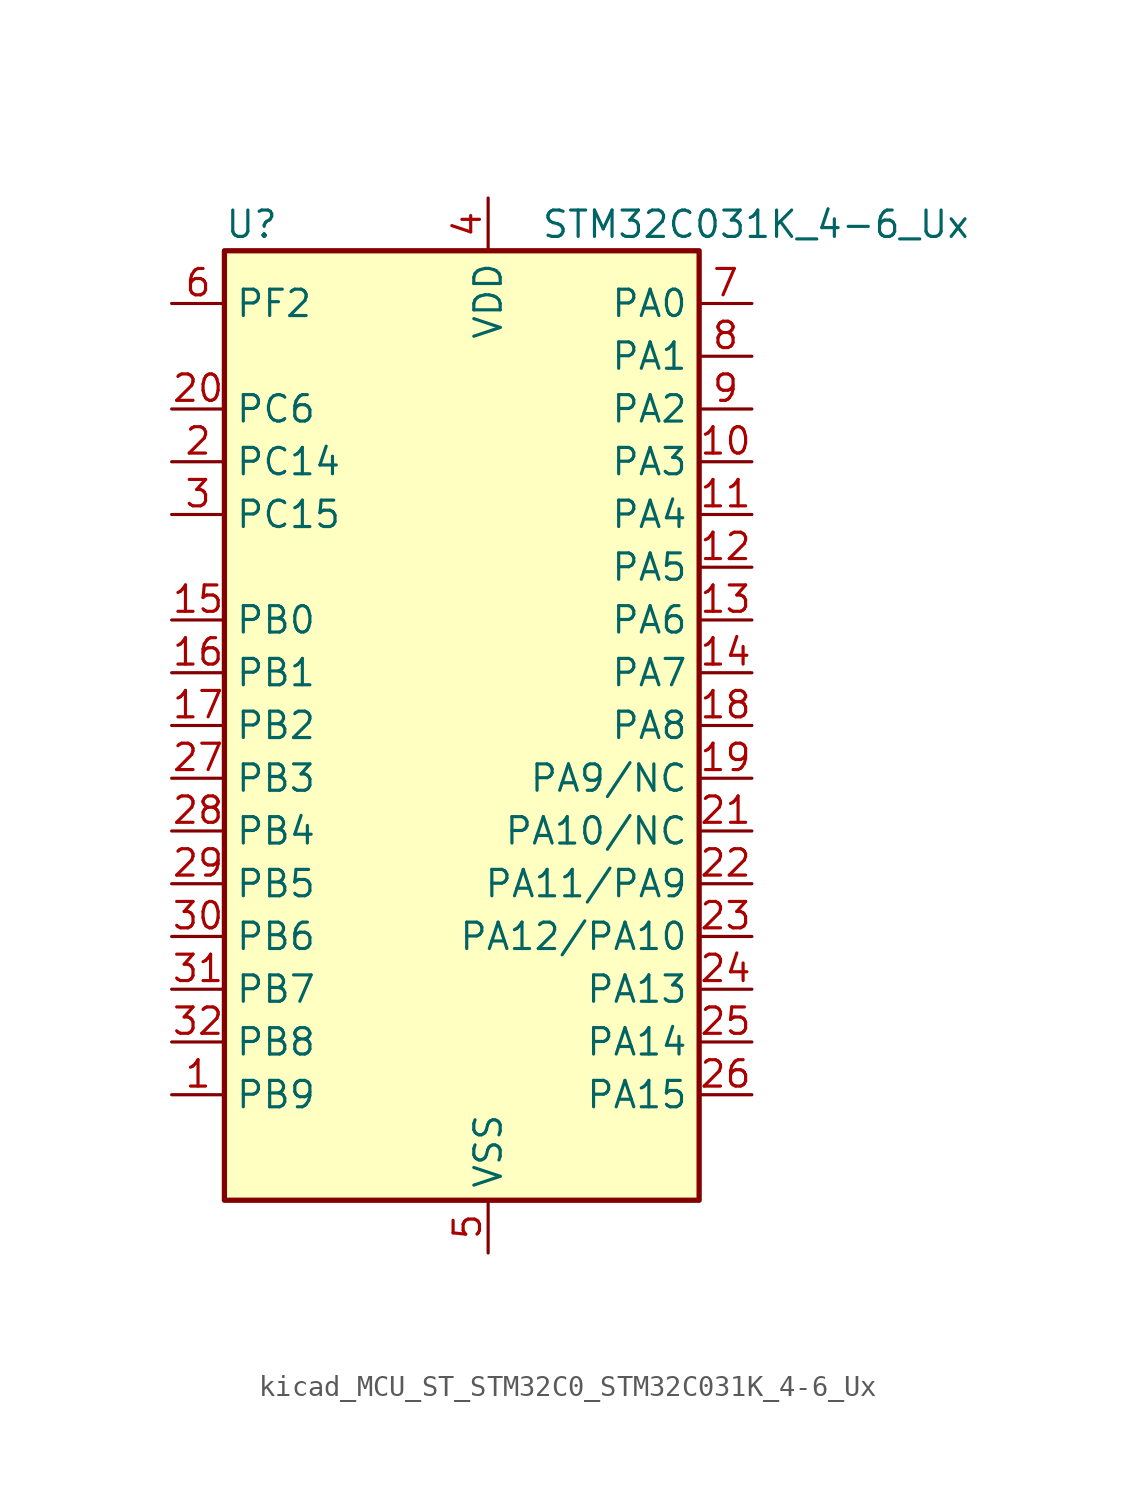
<source format=kicad_sym>
(kicad_symbol_lib
  (version 20220914)
  (generator kicad_symbol_editor)
  (symbol "kicad_MCU_ST_STM32C0_STM32C031K_4-6_Ux"
    (property "Reference" "U"
      (at -10.16 24.13 0)
      (effects (font (size 1.27 1.27)) (justify left)))
    (property "Value" "STM32C031K_4-6_Ux"
      (at 5.08 24.13 0)
      (effects (font (size 1.27 1.27)) (justify left)))
    (property "ki_locked" ""
      (at 0 0 0)
      (effects (font (size 1.27 1.27))))
    (symbol "kicad_MCU_ST_STM32C0_STM32C031K_4-6_Ux_0_1"
      (rectangle (start -10.16 -22.86) (end 12.7 22.86) (stroke (width 0.254) (type default)) (fill (type background))))
    (symbol "kicad_MCU_ST_STM32C0_STM32C031K_4-6_Ux_1_1"
      (pin bidirectional line (at -12.7 -17.78 0) (length 2.54) (name "PB9" (effects (font (size 1.27 1.27)))) (number "1" (effects (font (size 1.27 1.27)))) (alternate "I2C1_SDA" bidirectional line) (alternate "IR_OUT" bidirectional line) (alternate "TIM17_CH1" bidirectional line) (alternate "TIM3_CH2" bidirectional line) (alternate "USART2_CK" bidirectional line) (alternate "USART2_DE" bidirectional line) (alternate "USART2_RTS" bidirectional line))
      (pin bidirectional line (at 15.24 12.7 180) (length 2.54) (name "PA3" (effects (font (size 1.27 1.27)))) (number "10" (effects (font (size 1.27 1.27)))) (alternate "ADC1_IN3" bidirectional line) (alternate "TIM1_CH1N" bidirectional line) (alternate "TIM1_CH4" bidirectional line) (alternate "USART2_RX" bidirectional line))
      (pin bidirectional line (at 15.24 10.16 180) (length 2.54) (name "PA4" (effects (font (size 1.27 1.27)))) (number "11" (effects (font (size 1.27 1.27)))) (alternate "ADC1_IN4" bidirectional line) (alternate "I2S1_WS" bidirectional line) (alternate "PWR_WKUP2" bidirectional line) (alternate "RTC_OUT1" bidirectional line) (alternate "RTC_TS" bidirectional line) (alternate "SPI1_NSS" bidirectional line) (alternate "TIM14_CH1" bidirectional line) (alternate "TIM17_CH1N" bidirectional line) (alternate "TIM1_CH2N" bidirectional line) (alternate "USART2_TX" bidirectional line))
      (pin bidirectional line (at 15.24 7.62 180) (length 2.54) (name "PA5" (effects (font (size 1.27 1.27)))) (number "12" (effects (font (size 1.27 1.27)))) (alternate "ADC1_IN5" bidirectional line) (alternate "I2S1_CK" bidirectional line) (alternate "SPI1_SCK" bidirectional line) (alternate "TIM1_CH1" bidirectional line) (alternate "TIM1_CH3N" bidirectional line) (alternate "USART2_RX" bidirectional line))
      (pin bidirectional line (at 15.24 5.08 180) (length 2.54) (name "PA6" (effects (font (size 1.27 1.27)))) (number "13" (effects (font (size 1.27 1.27)))) (alternate "ADC1_IN6" bidirectional line) (alternate "I2S1_MCK" bidirectional line) (alternate "SPI1_MISO" bidirectional line) (alternate "TIM16_CH1" bidirectional line) (alternate "TIM1_BKIN" bidirectional line) (alternate "TIM3_CH1" bidirectional line))
      (pin bidirectional line (at 15.24 2.54 180) (length 2.54) (name "PA7" (effects (font (size 1.27 1.27)))) (number "14" (effects (font (size 1.27 1.27)))) (alternate "ADC1_IN7" bidirectional line) (alternate "I2S1_SD" bidirectional line) (alternate "SPI1_MOSI" bidirectional line) (alternate "TIM14_CH1" bidirectional line) (alternate "TIM17_CH1" bidirectional line) (alternate "TIM1_CH1N" bidirectional line) (alternate "TIM3_CH2" bidirectional line))
      (pin bidirectional line (at -12.7 5.08 0) (length 2.54) (name "PB0" (effects (font (size 1.27 1.27)))) (number "15" (effects (font (size 1.27 1.27)))) (alternate "ADC1_IN17" bidirectional line) (alternate "I2S1_WS" bidirectional line) (alternate "SPI1_NSS" bidirectional line) (alternate "TIM1_CH2N" bidirectional line) (alternate "TIM3_CH3" bidirectional line))
      (pin bidirectional line (at -12.7 2.54 0) (length 2.54) (name "PB1" (effects (font (size 1.27 1.27)))) (number "16" (effects (font (size 1.27 1.27)))) (alternate "ADC1_IN18" bidirectional line) (alternate "TIM14_CH1" bidirectional line) (alternate "TIM1_CH2N" bidirectional line) (alternate "TIM1_CH3N" bidirectional line) (alternate "TIM3_CH4" bidirectional line))
      (pin bidirectional line (at -12.7 0 0) (length 2.54) (name "PB2" (effects (font (size 1.27 1.27)))) (number "17" (effects (font (size 1.27 1.27)))) (alternate "ADC1_IN19" bidirectional line) (alternate "RCC_MCO_2" bidirectional line) (alternate "USART1_RX" bidirectional line))
      (pin bidirectional line (at 15.24 0 180) (length 2.54) (name "PA8" (effects (font (size 1.27 1.27)))) (number "18" (effects (font (size 1.27 1.27)))) (alternate "ADC1_IN8" bidirectional line) (alternate "I2S1_WS" bidirectional line) (alternate "RCC_MCO" bidirectional line) (alternate "RCC_MCO_2" bidirectional line) (alternate "SPI1_NSS" bidirectional line) (alternate "TIM14_CH1" bidirectional line) (alternate "TIM1_CH1" bidirectional line) (alternate "TIM1_CH2N" bidirectional line) (alternate "TIM1_CH3N" bidirectional line) (alternate "TIM3_CH3" bidirectional line) (alternate "TIM3_CH4" bidirectional line) (alternate "USART1_RX" bidirectional line) (alternate "USART2_TX" bidirectional line))
      (pin bidirectional line (at 15.24 -2.54 180) (length 2.54) (name "PA9/NC" (effects (font (size 1.27 1.27)))) (number "19" (effects (font (size 1.27 1.27)))) (alternate "I2C1_SCL" bidirectional line) (alternate "RCC_MCO" bidirectional line) (alternate "TIM1_CH2" bidirectional line) (alternate "TIM3_ETR" bidirectional line) (alternate "USART1_TX" bidirectional line))
      (pin bidirectional line (at -12.7 12.7 0) (length 2.54) (name "PC14" (effects (font (size 1.27 1.27)))) (number "2" (effects (font (size 1.27 1.27)))) (alternate "I2C1_SDA" bidirectional line) (alternate "IR_OUT" bidirectional line) (alternate "RCC_OSCX_IN" bidirectional line) (alternate "TIM17_CH1" bidirectional line) (alternate "TIM1_BKIN2" bidirectional line) (alternate "TIM1_ETR" bidirectional line) (alternate "TIM3_CH2" bidirectional line) (alternate "USART1_TX" bidirectional line) (alternate "USART2_CK" bidirectional line) (alternate "USART2_DE" bidirectional line) (alternate "USART2_RTS" bidirectional line))
      (pin bidirectional line (at -12.7 15.24 0) (length 2.54) (name "PC6" (effects (font (size 1.27 1.27)))) (number "20" (effects (font (size 1.27 1.27)))) (alternate "TIM3_CH1" bidirectional line))
      (pin bidirectional line (at 15.24 -5.08 180) (length 2.54) (name "PA10/NC" (effects (font (size 1.27 1.27)))) (number "21" (effects (font (size 1.27 1.27)))) (alternate "I2C1_SDA" bidirectional line) (alternate "RCC_MCO_2" bidirectional line) (alternate "TIM17_BKIN" bidirectional line) (alternate "TIM1_CH3" bidirectional line) (alternate "USART1_RX" bidirectional line))
      (pin bidirectional line (at 15.24 -7.62 180) (length 2.54) (name "PA11/PA9" (effects (font (size 1.27 1.27)))) (number "22" (effects (font (size 1.27 1.27)))) (alternate "ADC1_EXTI11" bidirectional line) (alternate "ADC1_IN11" bidirectional line) (alternate "I2S1_MCK" bidirectional line) (alternate "SPI1_MISO" bidirectional line) (alternate "TIM1_BKIN2" bidirectional line) (alternate "TIM1_CH4" bidirectional line) (alternate "USART1_CTS" bidirectional line) (alternate "USART1_NSS" bidirectional line))
      (pin bidirectional line (at 15.24 -10.16 180) (length 2.54) (name "PA12/PA10" (effects (font (size 1.27 1.27)))) (number "23" (effects (font (size 1.27 1.27)))) (alternate "ADC1_IN12" bidirectional line) (alternate "I2S1_SD" bidirectional line) (alternate "I2S_CKIN" bidirectional line) (alternate "SPI1_MOSI" bidirectional line) (alternate "TIM1_ETR" bidirectional line) (alternate "USART1_CK" bidirectional line) (alternate "USART1_DE" bidirectional line) (alternate "USART1_RTS" bidirectional line))
      (pin bidirectional line (at 15.24 -12.7 180) (length 2.54) (name "PA13" (effects (font (size 1.27 1.27)))) (number "24" (effects (font (size 1.27 1.27)))) (alternate "ADC1_IN13" bidirectional line) (alternate "DEBUG_SWDIO" bidirectional line) (alternate "IR_OUT" bidirectional line) (alternate "TIM3_ETR" bidirectional line) (alternate "USART2_RX" bidirectional line))
      (pin bidirectional line (at 15.24 -15.24 180) (length 2.54) (name "PA14" (effects (font (size 1.27 1.27)))) (number "25" (effects (font (size 1.27 1.27)))) (alternate "ADC1_IN14" bidirectional line) (alternate "DEBUG_SWCLK" bidirectional line) (alternate "I2S1_WS" bidirectional line) (alternate "RCC_MCO_2" bidirectional line) (alternate "SPI1_NSS" bidirectional line) (alternate "TIM1_CH1" bidirectional line) (alternate "USART1_CK" bidirectional line) (alternate "USART1_DE" bidirectional line) (alternate "USART1_RTS" bidirectional line) (alternate "USART2_RX" bidirectional line) (alternate "USART2_TX" bidirectional line))
      (pin bidirectional line (at 15.24 -17.78 180) (length 2.54) (name "PA15" (effects (font (size 1.27 1.27)))) (number "26" (effects (font (size 1.27 1.27)))) (alternate "I2S1_WS" bidirectional line) (alternate "RCC_MCO_2" bidirectional line) (alternate "SPI1_NSS" bidirectional line) (alternate "TIM1_CH1" bidirectional line) (alternate "USART1_CK" bidirectional line) (alternate "USART1_DE" bidirectional line) (alternate "USART1_RTS" bidirectional line) (alternate "USART2_RX" bidirectional line))
      (pin bidirectional line (at -12.7 -2.54 0) (length 2.54) (name "PB3" (effects (font (size 1.27 1.27)))) (number "27" (effects (font (size 1.27 1.27)))) (alternate "I2S1_CK" bidirectional line) (alternate "SPI1_SCK" bidirectional line) (alternate "TIM1_CH2" bidirectional line) (alternate "TIM3_CH2" bidirectional line) (alternate "USART1_CK" bidirectional line) (alternate "USART1_DE" bidirectional line) (alternate "USART1_RTS" bidirectional line))
      (pin bidirectional line (at -12.7 -5.08 0) (length 2.54) (name "PB4" (effects (font (size 1.27 1.27)))) (number "28" (effects (font (size 1.27 1.27)))) (alternate "I2S1_MCK" bidirectional line) (alternate "SPI1_MISO" bidirectional line) (alternate "TIM17_BKIN" bidirectional line) (alternate "TIM3_CH1" bidirectional line) (alternate "USART1_CTS" bidirectional line) (alternate "USART1_NSS" bidirectional line))
      (pin bidirectional line (at -12.7 -7.62 0) (length 2.54) (name "PB5" (effects (font (size 1.27 1.27)))) (number "29" (effects (font (size 1.27 1.27)))) (alternate "I2C1_SMBA" bidirectional line) (alternate "I2S1_SD" bidirectional line) (alternate "PWR_WKUP6" bidirectional line) (alternate "SPI1_MOSI" bidirectional line) (alternate "TIM16_BKIN" bidirectional line) (alternate "TIM3_CH2" bidirectional line) (alternate "TIM3_CH3" bidirectional line))
      (pin bidirectional line (at -12.7 10.16 0) (length 2.54) (name "PC15" (effects (font (size 1.27 1.27)))) (number "3" (effects (font (size 1.27 1.27)))) (alternate "RCC_OSC32_EN" bidirectional line) (alternate "RCC_OSCX_OUT" bidirectional line) (alternate "RCC_OSC_EN" bidirectional line) (alternate "TIM1_ETR" bidirectional line) (alternate "TIM3_CH3" bidirectional line))
      (pin bidirectional line (at -12.7 -10.16 0) (length 2.54) (name "PB6" (effects (font (size 1.27 1.27)))) (number "30" (effects (font (size 1.27 1.27)))) (alternate "I2C1_SCL" bidirectional line) (alternate "I2C1_SMBA" bidirectional line) (alternate "I2S1_CK" bidirectional line) (alternate "I2S1_MCK" bidirectional line) (alternate "I2S1_SD" bidirectional line) (alternate "PWR_WKUP3" bidirectional line) (alternate "SPI1_MISO" bidirectional line) (alternate "SPI1_MOSI" bidirectional line) (alternate "SPI1_SCK" bidirectional line) (alternate "TIM16_BKIN" bidirectional line) (alternate "TIM16_CH1N" bidirectional line) (alternate "TIM17_BKIN" bidirectional line) (alternate "TIM1_CH2" bidirectional line) (alternate "TIM1_CH3" bidirectional line) (alternate "TIM3_CH1" bidirectional line) (alternate "TIM3_CH2" bidirectional line) (alternate "TIM3_CH3" bidirectional line) (alternate "USART1_CK" bidirectional line) (alternate "USART1_CTS" bidirectional line) (alternate "USART1_DE" bidirectional line) (alternate "USART1_NSS" bidirectional line) (alternate "USART1_RTS" bidirectional line) (alternate "USART1_TX" bidirectional line))
      (pin bidirectional line (at -12.7 -12.7 0) (length 2.54) (name "PB7" (effects (font (size 1.27 1.27)))) (number "31" (effects (font (size 1.27 1.27)))) (alternate "I2C1_SCL" bidirectional line) (alternate "I2C1_SDA" bidirectional line) (alternate "RTC_REFIN" bidirectional line) (alternate "TIM16_CH1" bidirectional line) (alternate "TIM17_CH1N" bidirectional line) (alternate "TIM1_CH4" bidirectional line) (alternate "TIM3_CH1" bidirectional line) (alternate "TIM3_CH4" bidirectional line) (alternate "USART1_RX" bidirectional line) (alternate "USART2_CTS" bidirectional line) (alternate "USART2_NSS" bidirectional line))
      (pin bidirectional line (at -12.7 -15.24 0) (length 2.54) (name "PB8" (effects (font (size 1.27 1.27)))) (number "32" (effects (font (size 1.27 1.27)))) (alternate "I2C1_SCL" bidirectional line) (alternate "TIM16_CH1" bidirectional line) (alternate "TIM3_CH1" bidirectional line) (alternate "USART2_CTS" bidirectional line) (alternate "USART2_NSS" bidirectional line))
      (pin passive line (at 2.54 -25.4 90) (length 2.54) hide (name "VSS" (effects (font (size 1.27 1.27)))) (number "33" (effects (font (size 1.27 1.27)))))
      (pin power_in line (at 2.54 25.4 270) (length 2.54) (name "VDD" (effects (font (size 1.27 1.27)))) (number "4" (effects (font (size 1.27 1.27)))))
      (pin power_in line (at 2.54 -25.4 90) (length 2.54) (name "VSS" (effects (font (size 1.27 1.27)))) (number "5" (effects (font (size 1.27 1.27)))))
      (pin bidirectional line (at -12.7 20.32 0) (length 2.54) (name "PF2" (effects (font (size 1.27 1.27)))) (number "6" (effects (font (size 1.27 1.27)))) (alternate "RCC_MCO" bidirectional line) (alternate "TIM1_CH4" bidirectional line))
      (pin bidirectional line (at 15.24 20.32 180) (length 2.54) (name "PA0" (effects (font (size 1.27 1.27)))) (number "7" (effects (font (size 1.27 1.27)))) (alternate "ADC1_IN0" bidirectional line) (alternate "PWR_WKUP1" bidirectional line) (alternate "TIM16_CH1" bidirectional line) (alternate "TIM1_CH1" bidirectional line) (alternate "USART1_TX" bidirectional line) (alternate "USART2_CTS" bidirectional line) (alternate "USART2_NSS" bidirectional line))
      (pin bidirectional line (at 15.24 17.78 180) (length 2.54) (name "PA1" (effects (font (size 1.27 1.27)))) (number "8" (effects (font (size 1.27 1.27)))) (alternate "ADC1_IN1" bidirectional line) (alternate "I2C1_SMBA" bidirectional line) (alternate "I2S1_CK" bidirectional line) (alternate "SPI1_SCK" bidirectional line) (alternate "TIM17_CH1" bidirectional line) (alternate "TIM1_CH2" bidirectional line) (alternate "USART1_RX" bidirectional line) (alternate "USART2_CK" bidirectional line) (alternate "USART2_DE" bidirectional line) (alternate "USART2_RTS" bidirectional line))
      (pin bidirectional line (at 15.24 15.24 180) (length 2.54) (name "PA2" (effects (font (size 1.27 1.27)))) (number "9" (effects (font (size 1.27 1.27)))) (alternate "ADC1_IN2" bidirectional line) (alternate "I2S1_SD" bidirectional line) (alternate "PWR_WKUP4" bidirectional line) (alternate "RCC_LSCO" bidirectional line) (alternate "SPI1_MOSI" bidirectional line) (alternate "TIM16_CH1N" bidirectional line) (alternate "TIM1_CH3" bidirectional line) (alternate "TIM3_ETR" bidirectional line) (alternate "USART2_TX" bidirectional line)))))
</source>
